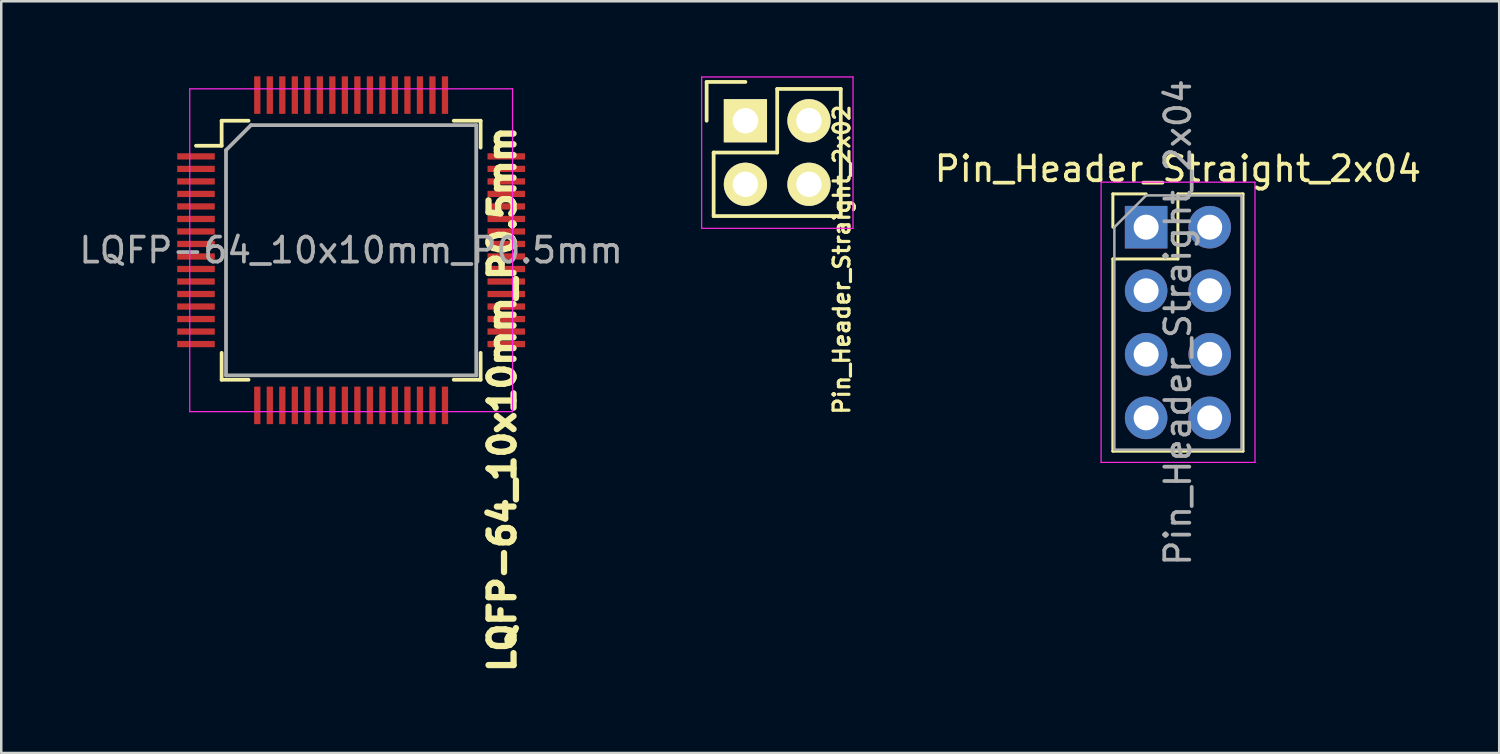
<source format=kicad_pcb>
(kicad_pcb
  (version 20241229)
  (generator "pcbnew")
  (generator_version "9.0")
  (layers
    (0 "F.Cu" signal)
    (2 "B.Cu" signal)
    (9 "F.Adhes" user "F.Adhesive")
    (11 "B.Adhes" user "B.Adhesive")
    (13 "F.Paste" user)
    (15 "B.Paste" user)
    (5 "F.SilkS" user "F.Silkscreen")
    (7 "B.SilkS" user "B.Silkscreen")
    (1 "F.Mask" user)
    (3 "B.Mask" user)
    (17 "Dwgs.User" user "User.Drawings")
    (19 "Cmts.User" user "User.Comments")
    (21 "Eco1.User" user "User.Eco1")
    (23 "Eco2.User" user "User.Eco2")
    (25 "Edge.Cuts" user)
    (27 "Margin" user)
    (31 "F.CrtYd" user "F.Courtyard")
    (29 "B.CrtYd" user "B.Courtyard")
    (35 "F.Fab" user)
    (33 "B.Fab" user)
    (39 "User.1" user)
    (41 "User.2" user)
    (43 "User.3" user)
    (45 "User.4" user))
  (footprint "Pin_Header_Straight_2x04"
    (layer "F.Cu")
    (at 42.753 6.029)
    (property "Reference" "Pin_Header_Straight_2x04" (at 1.27 -2.33 0) (layer "F.SilkS") (effects (font (size 1 1) (thickness 0.15))))
    (attr through_hole)
    (fp_line (start -1.33 -1.33) (end 0 -1.33) (stroke (width 0.12) (type solid)) (layer "F.SilkS"))
    (fp_line (start -1.33 0) (end -1.33 -1.33) (stroke (width 0.12) (type solid)) (layer "F.SilkS"))
    (fp_line (start -1.33 1.27) (end -1.33 8.95) (stroke (width 0.12) (type solid)) (layer "F.SilkS"))
    (fp_line (start -1.33 1.27) (end 1.27 1.27) (stroke (width 0.12) (type solid)) (layer "F.SilkS"))
    (fp_line (start -1.33 8.95) (end 3.87 8.95) (stroke (width 0.12) (type solid)) (layer "F.SilkS"))
    (fp_line (start 1.27 -1.33) (end 3.87 -1.33) (stroke (width 0.12) (type solid)) (layer "F.SilkS"))
    (fp_line (start 1.27 1.27) (end 1.27 -1.33) (stroke (width 0.12) (type solid)) (layer "F.SilkS"))
    (fp_line (start 3.87 -1.33) (end 3.87 8.95) (stroke (width 0.12) (type solid)) (layer "F.SilkS"))
    (fp_line (start -1.8 -1.8) (end -1.8 9.4) (stroke (width 0.05) (type solid)) (layer "F.CrtYd"))
    (fp_line (start -1.8 9.4) (end 4.35 9.4) (stroke (width 0.05) (type solid)) (layer "F.CrtYd"))
    (fp_line (start 4.35 -1.8) (end -1.8 -1.8) (stroke (width 0.05) (type solid)) (layer "F.CrtYd"))
    (fp_line (start 4.35 9.4) (end 4.35 -1.8) (stroke (width 0.05) (type solid)) (layer "F.CrtYd"))
    (fp_line (start -1.27 0) (end 0 -1.27) (stroke (width 0.1) (type solid)) (layer "F.Fab"))
    (fp_line (start -1.27 8.89) (end -1.27 0) (stroke (width 0.1) (type solid)) (layer "F.Fab"))
    (fp_line (start 0 -1.27) (end 3.81 -1.27) (stroke (width 0.1) (type solid)) (layer "F.Fab"))
    (fp_line (start 3.81 -1.27) (end 3.81 8.89) (stroke (width 0.1) (type solid)) (layer "F.Fab"))
    (fp_line (start 3.81 8.89) (end -1.27 8.89) (stroke (width 0.1) (type solid)) (layer "F.Fab"))
    (fp_text user "${REFERENCE}" (at 1.27 3.81 90) (layer "F.Fab") (effects (font (size 1 1) (thickness 0.15))))
    (pad "1" thru_hole rect (at 0 0) (size 1.7 1.7) (drill 1) (layers "*.Cu" "*.Mask"))
    (pad "2" thru_hole oval (at 2.54 0) (size 1.7 1.7) (drill 1) (layers "*.Cu" "*.Mask"))
    (pad "3" thru_hole oval (at 0 2.54) (size 1.7 1.7) (drill 1) (layers "*.Cu" "*.Mask"))
    (pad "4" thru_hole oval (at 2.54 2.54) (size 1.7 1.7) (drill 1) (layers "*.Cu" "*.Mask"))
    (pad "5" thru_hole oval (at 0 5.08) (size 1.7 1.7) (drill 1) (layers "*.Cu" "*.Mask"))
    (pad "6" thru_hole oval (at 2.54 5.08) (size 1.7 1.7) (drill 1) (layers "*.Cu" "*.Mask"))
    (pad "7" thru_hole oval (at 0 7.62) (size 1.7 1.7) (drill 1) (layers "*.Cu" "*.Mask"))
    (pad "8" thru_hole oval (at 2.54 7.62) (size 1.7 1.7) (drill 1) (layers "*.Cu" "*.Mask")))
  (footprint "Pin_Header_Straight_2x02"
    (layer "F.Cu")
    (at 26.739 1.775)
    (property "Reference" "Pin_Header_Straight_2x02" (at 3.85 5.55 90) (layer "F.SilkS") (effects (font (size 0.635 0.635) (thickness 0.127))))
    (attr through_hole)
    (fp_line (start -1.55 0) (end -1.55 -1.55) (stroke (width 0.15) (type solid)) (layer "F.SilkS"))
    (fp_line (start -1.27 1.27) (end 1.27 1.27) (stroke (width 0.15) (type solid)) (layer "F.SilkS"))
    (fp_line (start -1.27 3.81) (end -1.27 1.27) (stroke (width 0.15) (type solid)) (layer "F.SilkS"))
    (fp_line (start 0 -1.55) (end -1.55 -1.55) (stroke (width 0.15) (type solid)) (layer "F.SilkS"))
    (fp_line (start 1.27 -1.27) (end 3.81 -1.27) (stroke (width 0.15) (type solid)) (layer "F.SilkS"))
    (fp_line (start 1.27 1.27) (end 1.27 -1.27) (stroke (width 0.15) (type solid)) (layer "F.SilkS"))
    (fp_line (start 3.81 -1.27) (end 3.81 3.81) (stroke (width 0.15) (type solid)) (layer "F.SilkS"))
    (fp_line (start 3.81 3.81) (end -1.27 3.81) (stroke (width 0.15) (type solid)) (layer "F.SilkS"))
    (fp_line (start -1.75 -1.75) (end -1.75 4.3) (stroke (width 0.05) (type solid)) (layer "F.CrtYd"))
    (fp_line (start -1.75 -1.75) (end 4.3 -1.75) (stroke (width 0.05) (type solid)) (layer "F.CrtYd"))
    (fp_line (start -1.75 4.3) (end 4.3 4.3) (stroke (width 0.05) (type solid)) (layer "F.CrtYd"))
    (fp_line (start 4.3 -1.75) (end 4.3 4.3) (stroke (width 0.05) (type solid)) (layer "F.CrtYd"))
    (pad "1" thru_hole rect (at 0 0) (size 1.727 1.727) (drill 1.016) (layers "*.Cu" "*.Mask" "F.SilkS"))
    (pad "2" thru_hole oval (at 2.54 0) (size 1.727 1.727) (drill 1.016) (layers "*.Cu" "*.Mask" "F.SilkS"))
    (pad "3" thru_hole oval (at 0 2.54) (size 1.727 1.727) (drill 1.016) (layers "*.Cu" "*.Mask" "F.SilkS"))
    (pad "4" thru_hole oval (at 2.54 2.54) (size 1.727 1.727) (drill 1.016) (layers "*.Cu" "*.Mask" "F.SilkS")))
  (footprint "LQFP-64_10x10mm_P0.5mm"
    (layer "F.Cu")
    (at 10.982 6.95)
    (property "Reference" "LQFP-64_10x10mm_P0.5mm" (at 6.041 5.958 270) (layer "F.SilkS") (effects (font (size 1 1) (thickness 0.25))))
    (attr smd)
    (fp_line (start -5.175 -5.175) (end -5.175 -4.175) (stroke (width 0.15) (type solid)) (layer "F.SilkS"))
    (fp_line (start -5.175 -5.175) (end -4.1 -5.175) (stroke (width 0.15) (type solid)) (layer "F.SilkS"))
    (fp_line (start -5.175 -4.175) (end -6.2 -4.175) (stroke (width 0.15) (type solid)) (layer "F.SilkS"))
    (fp_line (start -5.175 5.175) (end -5.175 4.1) (stroke (width 0.15) (type solid)) (layer "F.SilkS"))
    (fp_line (start -5.175 5.175) (end -4.1 5.175) (stroke (width 0.15) (type solid)) (layer "F.SilkS"))
    (fp_line (start 5.175 -5.175) (end 4.1 -5.175) (stroke (width 0.15) (type solid)) (layer "F.SilkS"))
    (fp_line (start 5.175 -5.175) (end 5.175 -4.1) (stroke (width 0.15) (type solid)) (layer "F.SilkS"))
    (fp_line (start 5.175 5.175) (end 4.1 5.175) (stroke (width 0.15) (type solid)) (layer "F.SilkS"))
    (fp_line (start 5.175 5.175) (end 5.175 4.1) (stroke (width 0.15) (type solid)) (layer "F.SilkS"))
    (fp_line (start -6.45 -6.45) (end -6.45 6.45) (stroke (width 0.05) (type solid)) (layer "F.CrtYd"))
    (fp_line (start -6.45 -6.45) (end 6.45 -6.45) (stroke (width 0.05) (type solid)) (layer "F.CrtYd"))
    (fp_line (start -6.45 6.45) (end 6.45 6.45) (stroke (width 0.05) (type solid)) (layer "F.CrtYd"))
    (fp_line (start 6.45 -6.45) (end 6.45 6.45) (stroke (width 0.05) (type solid)) (layer "F.CrtYd"))
    (fp_line (start -5 -4) (end -4 -5) (stroke (width 0.15) (type solid)) (layer "F.Fab"))
    (fp_line (start -5 5) (end -5 -4) (stroke (width 0.15) (type solid)) (layer "F.Fab"))
    (fp_line (start -4 -5) (end 5 -5) (stroke (width 0.15) (type solid)) (layer "F.Fab"))
    (fp_line (start 5 -5) (end 5 5) (stroke (width 0.15) (type solid)) (layer "F.Fab"))
    (fp_line (start 5 5) (end -5 5) (stroke (width 0.15) (type solid)) (layer "F.Fab"))
    (fp_text user "${REFERENCE}" (at 0 0 0) (layer "F.Fab") (effects (font (size 1 1) (thickness 0.15))))
    (pad "1" smd rect (at -6.2 -3.75) (size 1.5 0.25) (layers "F.Cu" "F.Mask" "F.Paste"))
    (pad "2" smd rect (at -6.2 -3.25) (size 1.5 0.25) (layers "F.Cu" "F.Mask" "F.Paste"))
    (pad "3" smd rect (at -6.2 -2.75) (size 1.5 0.25) (layers "F.Cu" "F.Mask" "F.Paste"))
    (pad "4" smd rect (at -6.2 -2.25) (size 1.5 0.25) (layers "F.Cu" "F.Mask" "F.Paste"))
    (pad "5" smd rect (at -6.2 -1.75) (size 1.5 0.25) (layers "F.Cu" "F.Mask" "F.Paste"))
    (pad "6" smd rect (at -6.2 -1.25) (size 1.5 0.25) (layers "F.Cu" "F.Mask" "F.Paste"))
    (pad "7" smd rect (at -6.2 -0.75) (size 1.5 0.25) (layers "F.Cu" "F.Mask" "F.Paste"))
    (pad "8" smd rect (at -6.2 -0.25) (size 1.5 0.25) (layers "F.Cu" "F.Mask" "F.Paste"))
    (pad "9" smd rect (at -6.2 0.25) (size 1.5 0.25) (layers "F.Cu" "F.Mask" "F.Paste"))
    (pad "10" smd rect (at -6.2 0.75) (size 1.5 0.25) (layers "F.Cu" "F.Mask" "F.Paste"))
    (pad "11" smd rect (at -6.2 1.25) (size 1.5 0.25) (layers "F.Cu" "F.Mask" "F.Paste"))
    (pad "12" smd rect (at -6.2 1.75) (size 1.5 0.25) (layers "F.Cu" "F.Mask" "F.Paste"))
    (pad "13" smd rect (at -6.2 2.25) (size 1.5 0.25) (layers "F.Cu" "F.Mask" "F.Paste"))
    (pad "14" smd rect (at -6.2 2.75) (size 1.5 0.25) (layers "F.Cu" "F.Mask" "F.Paste"))
    (pad "15" smd rect (at -6.2 3.25) (size 1.5 0.25) (layers "F.Cu" "F.Mask" "F.Paste"))
    (pad "16" smd rect (at -6.2 3.75) (size 1.5 0.25) (layers "F.Cu" "F.Mask" "F.Paste"))
    (pad "17" smd rect (at -3.75 6.2 90) (size 1.5 0.25) (layers "F.Cu" "F.Mask" "F.Paste"))
    (pad "18" smd rect (at -3.25 6.2 90) (size 1.5 0.25) (layers "F.Cu" "F.Mask" "F.Paste"))
    (pad "19" smd rect (at -2.75 6.2 90) (size 1.5 0.25) (layers "F.Cu" "F.Mask" "F.Paste"))
    (pad "20" smd rect (at -2.25 6.2 90) (size 1.5 0.25) (layers "F.Cu" "F.Mask" "F.Paste"))
    (pad "21" smd rect (at -1.75 6.2 90) (size 1.5 0.25) (layers "F.Cu" "F.Mask" "F.Paste"))
    (pad "22" smd rect (at -1.25 6.2 90) (size 1.5 0.25) (layers "F.Cu" "F.Mask" "F.Paste"))
    (pad "23" smd rect (at -0.75 6.2 90) (size 1.5 0.25) (layers "F.Cu" "F.Mask" "F.Paste"))
    (pad "24" smd rect (at -0.25 6.2 90) (size 1.5 0.25) (layers "F.Cu" "F.Mask" "F.Paste"))
    (pad "25" smd rect (at 0.25 6.2 90) (size 1.5 0.25) (layers "F.Cu" "F.Mask" "F.Paste"))
    (pad "26" smd rect (at 0.75 6.2 90) (size 1.5 0.25) (layers "F.Cu" "F.Mask" "F.Paste"))
    (pad "27" smd rect (at 1.25 6.2 90) (size 1.5 0.25) (layers "F.Cu" "F.Mask" "F.Paste"))
    (pad "28" smd rect (at 1.75 6.2 90) (size 1.5 0.25) (layers "F.Cu" "F.Mask" "F.Paste"))
    (pad "29" smd rect (at 2.25 6.2 90) (size 1.5 0.25) (layers "F.Cu" "F.Mask" "F.Paste"))
    (pad "30" smd rect (at 2.75 6.2 90) (size 1.5 0.25) (layers "F.Cu" "F.Mask" "F.Paste"))
    (pad "31" smd rect (at 3.25 6.2 90) (size 1.5 0.25) (layers "F.Cu" "F.Mask" "F.Paste"))
    (pad "32" smd rect (at 3.75 6.2 90) (size 1.5 0.25) (layers "F.Cu" "F.Mask" "F.Paste"))
    (pad "33" smd rect (at 6.2 3.75) (size 1.5 0.25) (layers "F.Cu" "F.Mask" "F.Paste"))
    (pad "34" smd rect (at 6.2 3.25) (size 1.5 0.25) (layers "F.Cu" "F.Mask" "F.Paste"))
    (pad "35" smd rect (at 6.2 2.75) (size 1.5 0.25) (layers "F.Cu" "F.Mask" "F.Paste"))
    (pad "36" smd rect (at 6.2 2.25) (size 1.5 0.25) (layers "F.Cu" "F.Mask" "F.Paste"))
    (pad "37" smd rect (at 6.2 1.75) (size 1.5 0.25) (layers "F.Cu" "F.Mask" "F.Paste"))
    (pad "38" smd rect (at 6.2 1.25) (size 1.5 0.25) (layers "F.Cu" "F.Mask" "F.Paste"))
    (pad "39" smd rect (at 6.2 0.75) (size 1.5 0.25) (layers "F.Cu" "F.Mask" "F.Paste"))
    (pad "40" smd rect (at 6.2 0.25) (size 1.5 0.25) (layers "F.Cu" "F.Mask" "F.Paste"))
    (pad "41" smd rect (at 6.2 -0.25) (size 1.5 0.25) (layers "F.Cu" "F.Mask" "F.Paste"))
    (pad "42" smd rect (at 6.2 -0.75) (size 1.5 0.25) (layers "F.Cu" "F.Mask" "F.Paste"))
    (pad "43" smd rect (at 6.2 -1.25) (size 1.5 0.25) (layers "F.Cu" "F.Mask" "F.Paste"))
    (pad "44" smd rect (at 6.2 -1.75) (size 1.5 0.25) (layers "F.Cu" "F.Mask" "F.Paste"))
    (pad "45" smd rect (at 6.2 -2.25) (size 1.5 0.25) (layers "F.Cu" "F.Mask" "F.Paste"))
    (pad "46" smd rect (at 6.2 -2.75) (size 1.5 0.25) (layers "F.Cu" "F.Mask" "F.Paste"))
    (pad "47" smd rect (at 6.2 -3.25) (size 1.5 0.25) (layers "F.Cu" "F.Mask" "F.Paste"))
    (pad "48" smd rect (at 6.2 -3.75) (size 1.5 0.25) (layers "F.Cu" "F.Mask" "F.Paste"))
    (pad "49" smd rect (at 3.75 -6.2 90) (size 1.5 0.25) (layers "F.Cu" "F.Mask" "F.Paste"))
    (pad "50" smd rect (at 3.25 -6.2 90) (size 1.5 0.25) (layers "F.Cu" "F.Mask" "F.Paste"))
    (pad "51" smd rect (at 2.75 -6.2 90) (size 1.5 0.25) (layers "F.Cu" "F.Mask" "F.Paste"))
    (pad "52" smd rect (at 2.25 -6.2 90) (size 1.5 0.25) (layers "F.Cu" "F.Mask" "F.Paste"))
    (pad "53" smd rect (at 1.75 -6.2 90) (size 1.5 0.25) (layers "F.Cu" "F.Mask" "F.Paste"))
    (pad "54" smd rect (at 1.25 -6.2 90) (size 1.5 0.25) (layers "F.Cu" "F.Mask" "F.Paste"))
    (pad "55" smd rect (at 0.75 -6.2 90) (size 1.5 0.25) (layers "F.Cu" "F.Mask" "F.Paste"))
    (pad "56" smd rect (at 0.25 -6.2 90) (size 1.5 0.25) (layers "F.Cu" "F.Mask" "F.Paste"))
    (pad "57" smd rect (at -0.25 -6.2 90) (size 1.5 0.25) (layers "F.Cu" "F.Mask" "F.Paste"))
    (pad "58" smd rect (at -0.75 -6.2 90) (size 1.5 0.25) (layers "F.Cu" "F.Mask" "F.Paste"))
    (pad "59" smd rect (at -1.25 -6.2 90) (size 1.5 0.25) (layers "F.Cu" "F.Mask" "F.Paste"))
    (pad "60" smd rect (at -1.75 -6.2 90) (size 1.5 0.25) (layers "F.Cu" "F.Mask" "F.Paste"))
    (pad "61" smd rect (at -2.25 -6.2 90) (size 1.5 0.25) (layers "F.Cu" "F.Mask" "F.Paste"))
    (pad "62" smd rect (at -2.75 -6.2 90) (size 1.5 0.25) (layers "F.Cu" "F.Mask" "F.Paste"))
    (pad "63" smd rect (at -3.25 -6.2 90) (size 1.5 0.25) (layers "F.Cu" "F.Mask" "F.Paste"))
    (pad "64" smd rect (at -3.75 -6.2 90) (size 1.5 0.25) (layers "F.Cu" "F.Mask" "F.Paste")))
  (gr_rect
    (start -3 -3)
    (end 56.862 27.04)
    (stroke (width 0.1) (type default))
    (fill no)
    (layer "Edge.Cuts")))
</source>
